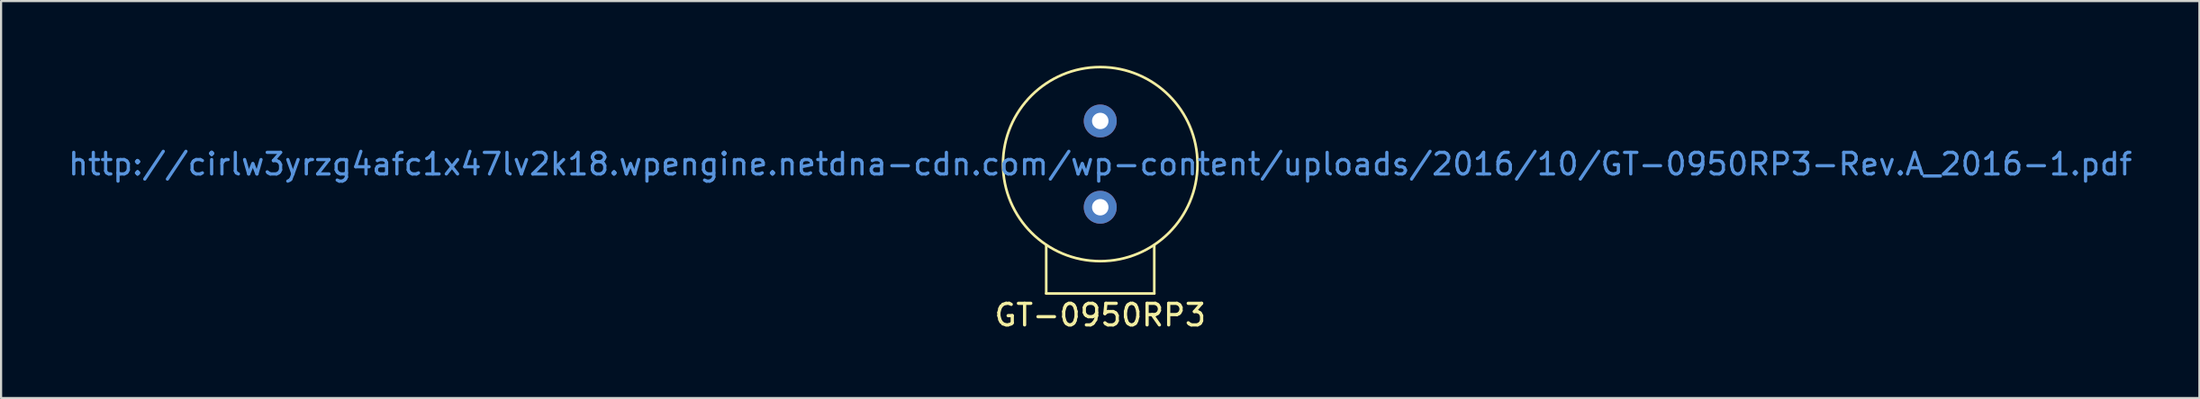
<source format=kicad_pcb>
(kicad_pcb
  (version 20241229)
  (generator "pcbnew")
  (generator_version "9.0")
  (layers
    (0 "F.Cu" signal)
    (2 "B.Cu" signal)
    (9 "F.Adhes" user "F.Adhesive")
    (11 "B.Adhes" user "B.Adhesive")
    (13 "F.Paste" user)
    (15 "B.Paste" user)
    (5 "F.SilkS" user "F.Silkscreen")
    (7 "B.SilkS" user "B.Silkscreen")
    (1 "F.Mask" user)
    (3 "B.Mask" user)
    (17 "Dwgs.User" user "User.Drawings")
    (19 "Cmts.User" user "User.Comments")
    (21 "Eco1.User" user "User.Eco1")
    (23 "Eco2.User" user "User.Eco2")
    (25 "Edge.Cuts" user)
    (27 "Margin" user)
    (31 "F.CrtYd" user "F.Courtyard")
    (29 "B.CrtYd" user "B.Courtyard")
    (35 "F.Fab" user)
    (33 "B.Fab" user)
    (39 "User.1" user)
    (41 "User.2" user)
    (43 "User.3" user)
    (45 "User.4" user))
  (footprint "GT-0950RP3"
    (layer "F.Cu")
    (at 47.863 4.56)
    (property "Reference" "GT-0950RP3" (at 0 7 180) (layer "F.SilkS") (effects (font (size 1 1) (thickness 0.15))))
    (attr through_hole)
    (fp_line (start -2.5 3.75) (end -2.5 6) (stroke (width 0.12) (type solid)) (layer "F.SilkS"))
    (fp_line (start -2.5 6) (end 2.5 6) (stroke (width 0.12) (type solid)) (layer "F.SilkS"))
    (fp_line (start 2.5 3.75) (end 2.5 6) (stroke (width 0.12) (type solid)) (layer "F.SilkS"))
    (fp_circle (center 0 0) (end 4.5 0) (stroke (width 0.12) (type solid)) (fill no) (layer "F.SilkS"))
    (fp_text user "http://cirlw3yrzg4afc1x47lv2k18.wpengine.netdna-cdn.com/wp-content/uploads/2016/10/GT-0950RP3-Rev.A_2016-1.pdf" (at 0 0 0) (layer "Cmts.User") (effects (font (size 1 1) (thickness 0.15))))
    (pad "1" thru_hole circle (at 0 2) (size 1.524 1.524) (drill 0.762) (layers "*.Cu" "*.Mask"))
    (pad "2" thru_hole circle (at 0 -2) (size 1.524 1.524) (drill 0.762) (layers "*.Cu" "*.Mask")))
  (gr_rect
    (start -3 -3)
    (end 98.726 15.408)
    (stroke (width 0.1) (type default))
    (fill no)
    (layer "Edge.Cuts")))
</source>
